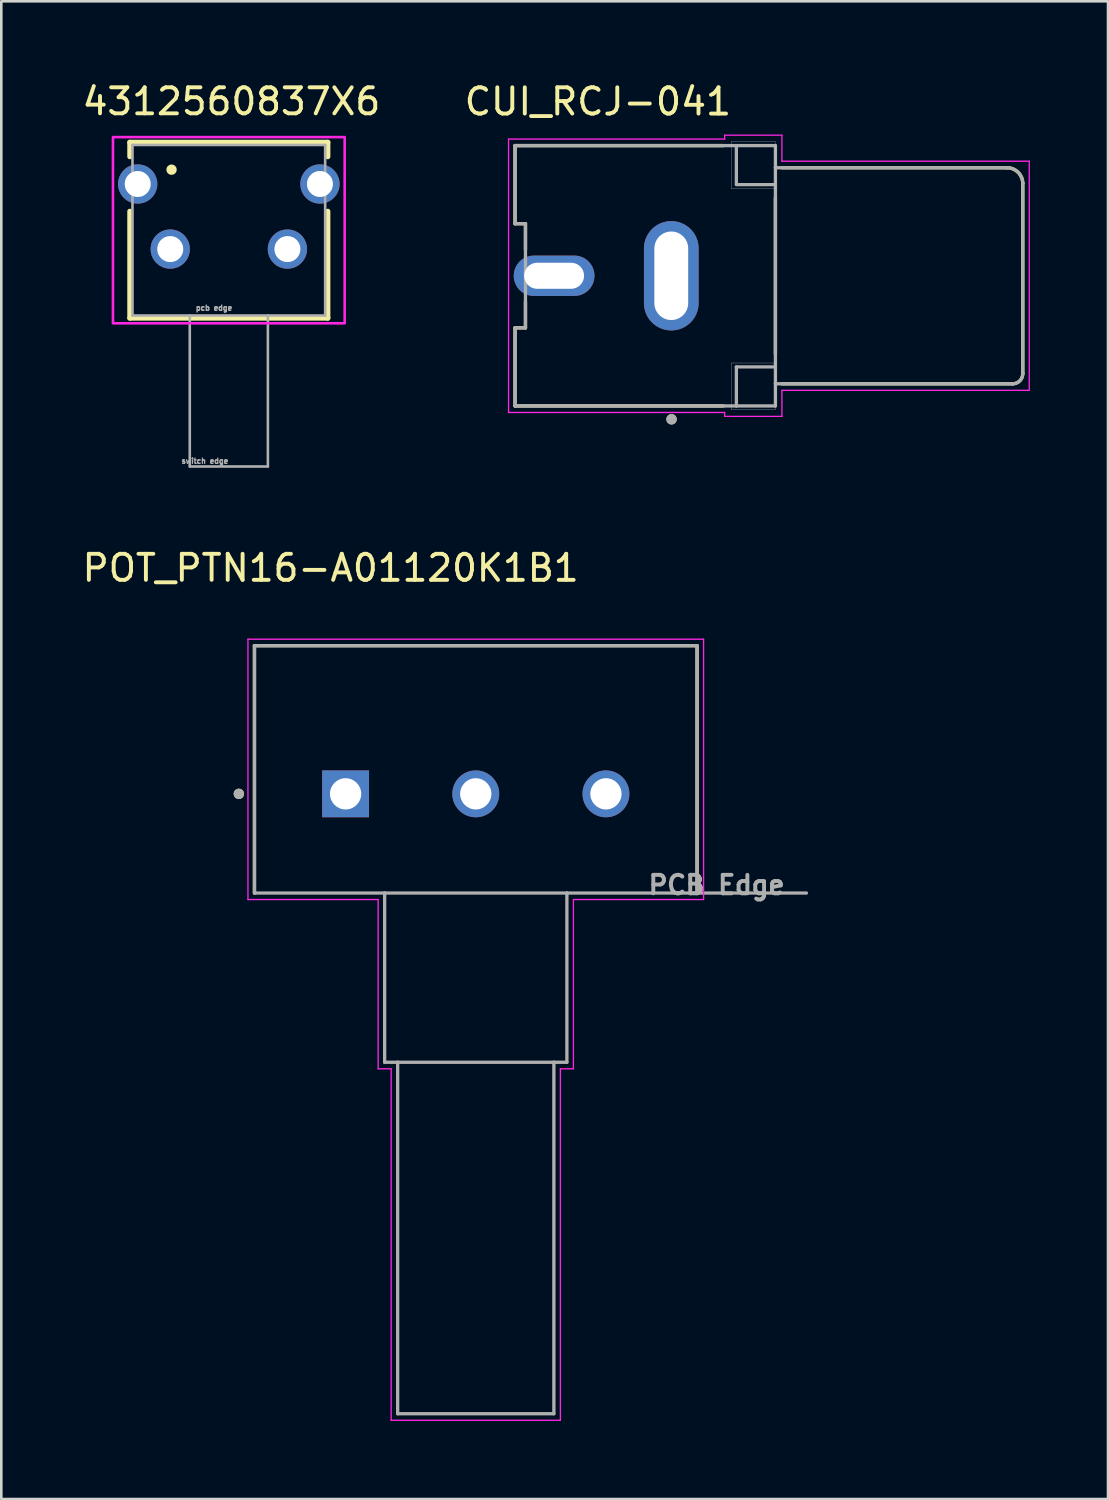
<source format=kicad_pcb>
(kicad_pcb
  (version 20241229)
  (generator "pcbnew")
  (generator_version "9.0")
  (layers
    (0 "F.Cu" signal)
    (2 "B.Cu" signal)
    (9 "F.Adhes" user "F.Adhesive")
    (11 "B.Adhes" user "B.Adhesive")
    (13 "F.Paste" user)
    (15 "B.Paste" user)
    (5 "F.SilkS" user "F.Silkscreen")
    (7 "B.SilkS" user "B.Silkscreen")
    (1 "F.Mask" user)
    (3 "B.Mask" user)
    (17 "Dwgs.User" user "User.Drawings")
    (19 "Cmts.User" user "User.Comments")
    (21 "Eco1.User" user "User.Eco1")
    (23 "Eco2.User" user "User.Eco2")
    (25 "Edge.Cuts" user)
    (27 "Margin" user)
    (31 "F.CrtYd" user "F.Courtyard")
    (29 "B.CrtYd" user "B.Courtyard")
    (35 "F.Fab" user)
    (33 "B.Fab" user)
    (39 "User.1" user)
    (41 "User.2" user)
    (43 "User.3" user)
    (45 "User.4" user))
  (footprint "4312560837X6"
    (layer "F.Cu")
    (at 5.739 5.267)
    (property "Reference" "4312560837X6" (at 0.1 -4.419 0) (layer "F.SilkS") (effects (font (size 1 1) (thickness 0.15))))
    (attr through_hole)
    (fp_line (start -3.8 -2.85) (end 3.8 -2.85) (stroke (width 0.2) (type solid)) (layer "F.SilkS"))
    (fp_line (start -3.8 -2.3) (end -3.8 -2.85) (stroke (width 0.2) (type solid)) (layer "F.SilkS"))
    (fp_line (start -3.8 -0.2) (end -3.8 3.9) (stroke (width 0.2) (type solid)) (layer "F.SilkS"))
    (fp_line (start -3.8 3.9) (end 3.8 3.9) (stroke (width 0.2) (type solid)) (layer "F.SilkS"))
    (fp_line (start 3.8 -2.85) (end 3.8 -2.3) (stroke (width 0.2) (type solid)) (layer "F.SilkS"))
    (fp_line (start 3.8 3.9) (end 3.8 -0.2) (stroke (width 0.2) (type solid)) (layer "F.SilkS"))
    (fp_circle (center -2.2 -1.8) (end -2.1 -1.8) (stroke (width 0.2) (type solid)) (fill no) (layer "F.SilkS"))
    (fp_poly (pts (xy -4.45 -3.05) (xy 4.45 -3.05) (xy 4.45 4.1) (xy -4.45 4.1)) (stroke (width 0.1) (type solid)) (fill no) (layer "F.CrtYd"))
    (fp_line (start -3.7 -2.75) (end 3.7 -2.75) (stroke (width 0.1) (type solid)) (layer "F.Fab"))
    (fp_line (start -3.7 3.8) (end -3.7 -2.75) (stroke (width 0.1) (type solid)) (layer "F.Fab"))
    (fp_line (start -3.7 3.8) (end 3.7 3.8) (stroke (width 0.1) (type solid)) (layer "F.Fab"))
    (fp_line (start -1.5 3.8) (end -1.5 9.6) (stroke (width 0.1) (type solid)) (layer "F.Fab"))
    (fp_line (start -1.5 9.6) (end 1.5 9.6) (stroke (width 0.1) (type solid)) (layer "F.Fab"))
    (fp_line (start 1.5 9.6) (end 1.5 3.8) (stroke (width 0.1) (type solid)) (layer "F.Fab"))
    (fp_line (start 3.7 -2.75) (end 3.7 3.8) (stroke (width 0.1) (type solid)) (layer "F.Fab"))
    (fp_text user "pcb edge" (at -0.57 3.51 0) (layer "F.Fab") (effects (font (size 0.2 0.2) (thickness 0.15))))
    (fp_text user "switch edge" (at -0.92 9.39 0) (layer "F.Fab") (effects (font (size 0.2 0.2) (thickness 0.15))))
    (pad "1" thru_hole circle (at -2.25 1.25) (size 1.508 1.508) (drill 1) (layers "*.Cu" "*.Mask"))
    (pad "2" thru_hole circle (at 2.25 1.25) (size 1.508 1.508) (drill 1) (layers "*.Cu" "*.Mask"))
    (pad "SH" thru_hole circle (at -3.5 -1.25) (size 1.508 1.508) (drill 1) (layers "*.Cu" "*.Mask"))
    (pad "SH" thru_hole circle (at 3.5 -1.25) (size 1.508 1.508) (drill 1) (layers "*.Cu" "*.Mask")))
  (footprint "POT_PTN16-A01120K1B1"
    (layer "F.Cu")
    (at 10.224 27.441)
    (property "Reference" "POT_PTN16-A01120K1B1" (at -0.575 -8.675 0) (layer "F.SilkS") (effects (font (size 1 1) (thickness 0.15))))
    (attr through_hole)
    (fp_line (start -3.5 -5.69) (end -3.5 3.81) (stroke (width 0.127) (type solid)) (layer "F.SilkS"))
    (fp_line (start 13.5 -5.69) (end -3.5 -5.69) (stroke (width 0.127) (type solid)) (layer "F.SilkS"))
    (fp_line (start 13.5 3.81) (end 13.5 -5.69) (stroke (width 0.127) (type solid)) (layer "F.SilkS"))
    (fp_circle (center -4.1 0) (end -4 0) (stroke (width 0.2) (type solid)) (fill no) (layer "F.SilkS"))
    (fp_line (start -3.75 -5.94) (end -3.75 4.06) (stroke (width 0.05) (type solid)) (layer "F.CrtYd"))
    (fp_line (start -3.75 4.06) (end 1.25 4.06) (stroke (width 0.05) (type solid)) (layer "F.CrtYd"))
    (fp_line (start 1.25 4.06) (end 1.25 10.56) (stroke (width 0.05) (type solid)) (layer "F.CrtYd"))
    (fp_line (start 1.25 10.56) (end 1.75 10.56) (stroke (width 0.05) (type solid)) (layer "F.CrtYd"))
    (fp_line (start 1.75 10.56) (end 1.75 24.06) (stroke (width 0.05) (type solid)) (layer "F.CrtYd"))
    (fp_line (start 1.75 24.06) (end 8.25 24.06) (stroke (width 0.05) (type solid)) (layer "F.CrtYd"))
    (fp_line (start 8.25 10.56) (end 8.25 24.06) (stroke (width 0.05) (type solid)) (layer "F.CrtYd"))
    (fp_line (start 8.75 4.06) (end 13.75 4.06) (stroke (width 0.05) (type solid)) (layer "F.CrtYd"))
    (fp_line (start 8.75 10.56) (end 8.25 10.56) (stroke (width 0.05) (type solid)) (layer "F.CrtYd"))
    (fp_line (start 8.75 10.56) (end 8.75 4.06) (stroke (width 0.05) (type solid)) (layer "F.CrtYd"))
    (fp_line (start 13.75 -5.94) (end -3.75 -5.94) (stroke (width 0.05) (type solid)) (layer "F.CrtYd"))
    (fp_line (start 13.75 4.06) (end 13.75 -5.94) (stroke (width 0.05) (type solid)) (layer "F.CrtYd"))
    (fp_line (start -3.5 -5.69) (end -3.5 3.81) (stroke (width 0.127) (type solid)) (layer "F.Fab"))
    (fp_line (start -3.5 3.81) (end 1.5 3.81) (stroke (width 0.127) (type solid)) (layer "F.Fab"))
    (fp_line (start 1.5 3.81) (end 1.5 10.31) (stroke (width 0.127) (type solid)) (layer "F.Fab"))
    (fp_line (start 1.5 3.81) (end 8.5 3.81) (stroke (width 0.127) (type solid)) (layer "F.Fab"))
    (fp_line (start 1.5 10.31) (end 2 10.31) (stroke (width 0.127) (type solid)) (layer "F.Fab"))
    (fp_line (start 2 10.31) (end 2 23.81) (stroke (width 0.127) (type solid)) (layer "F.Fab"))
    (fp_line (start 2 10.31) (end 8 10.31) (stroke (width 0.127) (type solid)) (layer "F.Fab"))
    (fp_line (start 2 23.81) (end 8 23.81) (stroke (width 0.127) (type solid)) (layer "F.Fab"))
    (fp_line (start 8 10.31) (end 8.5 10.31) (stroke (width 0.127) (type solid)) (layer "F.Fab"))
    (fp_line (start 8 23.81) (end 8 10.31) (stroke (width 0.127) (type solid)) (layer "F.Fab"))
    (fp_line (start 8.5 3.81) (end 13.5 3.81) (stroke (width 0.127) (type solid)) (layer "F.Fab"))
    (fp_line (start 8.5 10.31) (end 8.5 3.81) (stroke (width 0.127) (type solid)) (layer "F.Fab"))
    (fp_line (start 13.5 -5.69) (end -3.5 -5.69) (stroke (width 0.127) (type solid)) (layer "F.Fab"))
    (fp_line (start 13.5 3.81) (end 13.5 -5.69) (stroke (width 0.127) (type solid)) (layer "F.Fab"))
    (fp_line (start 13.5 3.81) (end 17.7 3.81) (stroke (width 0.127) (type solid)) (layer "F.Fab"))
    (fp_circle (center -4.1 0) (end -4 0) (stroke (width 0.2) (type solid)) (fill no) (layer "F.Fab"))
    (fp_text user "PCB Edge" (at 14.25 3.5 0) (layer "F.Fab") (effects (font (size 0.709 0.709) (thickness 0.15))))
    (pad "1" thru_hole rect (at 0 0) (size 1.8 1.8) (drill 1.2) (layers "*.Cu" "*.Mask"))
    (pad "2" thru_hole circle (at 5 0) (size 1.8 1.8) (drill 1.2) (layers "*.Cu" "*.Mask"))
    (pad "3" thru_hole circle (at 10 0) (size 1.8 1.8) (drill 1.2) (layers "*.Cu" "*.Mask")))
  (footprint "CUI_RCJ-041"
    (layer "F.Cu")
    (at 26.733 7.542)
    (property "Reference" "CUI_RCJ-041" (at -6.818 -6.689 0) (layer "F.SilkS") (effects (font (size 1.008 1.008) (thickness 0.15))))
    (attr through_hole)
    (fp_line (start -10 -5) (end -2 -5) (stroke (width 0.127) (type solid)) (layer "F.SilkS"))
    (fp_line (start -10 -2) (end -10 -5) (stroke (width 0.127) (type solid)) (layer "F.SilkS"))
    (fp_line (start -10 2) (end -9.6 2) (stroke (width 0.127) (type solid)) (layer "F.SilkS"))
    (fp_line (start -10 5) (end -10 2) (stroke (width 0.127) (type solid)) (layer "F.SilkS"))
    (fp_line (start -10 5) (end -2 5) (stroke (width 0.127) (type solid)) (layer "F.SilkS"))
    (fp_line (start -9.6 -2) (end -10 -2) (stroke (width 0.127) (type solid)) (layer "F.SilkS"))
    (fp_line (start -9.6 -1) (end -9.6 -2) (stroke (width 0.127) (type solid)) (layer "F.SilkS"))
    (fp_line (start -9.6 2) (end -9.6 1) (stroke (width 0.127) (type solid)) (layer "F.SilkS"))
    (fp_line (start 0 3) (end 0 -3) (stroke (width 0.127) (type solid)) (layer "F.SilkS"))
    (fp_line (start 0.25 -4.15) (end 8.89 -4.15) (stroke (width 0.127) (type solid)) (layer "F.SilkS"))
    (fp_line (start 9.11 4.15) (end 0.25 4.15) (stroke (width 0.127) (type solid)) (layer "F.SilkS"))
    (fp_line (start 9.5 -3.54) (end 9.5 3.76) (stroke (width 0.127) (type solid)) (layer "F.SilkS"))
    (fp_arc (start 8.89 -4.15) (mid 9.321335 -3.971335) (end 9.5 -3.54) (stroke (width 0.127) (type solid)) (layer "F.SilkS"))
    (fp_arc (start 9.5 3.76) (mid 9.385772 4.035772) (end 9.11 4.15) (stroke (width 0.127) (type solid)) (layer "F.SilkS"))
    (fp_circle (center -3.99 5.513) (end -3.89 5.513) (stroke (width 0.2) (type solid)) (fill no) (layer "F.SilkS"))
    (fp_line (start -1.7 -5.15) (end -1.7 -3.35) (stroke (width 0.01) (type solid)) (layer "Edge.Cuts"))
    (fp_line (start -1.7 -3.35) (end 0 -3.35) (stroke (width 0.01) (type solid)) (layer "Edge.Cuts"))
    (fp_line (start -1.7 3.35) (end -1.7 5.15) (stroke (width 0.01) (type solid)) (layer "Edge.Cuts"))
    (fp_line (start -1.7 5.15) (end 0 5.15) (stroke (width 0.01) (type solid)) (layer "Edge.Cuts"))
    (fp_line (start 0 -5.15) (end -1.7 -5.15) (stroke (width 0.01) (type solid)) (layer "Edge.Cuts"))
    (fp_line (start 0 -3.35) (end 0 -5.15) (stroke (width 0.01) (type solid)) (layer "Edge.Cuts"))
    (fp_line (start 0 3.35) (end -1.7 3.35) (stroke (width 0.01) (type solid)) (layer "Edge.Cuts"))
    (fp_line (start 0 5.15) (end 0 3.35) (stroke (width 0.01) (type solid)) (layer "Edge.Cuts"))
    (fp_line (start -10.25 -5.25) (end -10.25 5.25) (stroke (width 0.05) (type solid)) (layer "F.CrtYd"))
    (fp_line (start -10.25 5.25) (end -1.95 5.25) (stroke (width 0.05) (type solid)) (layer "F.CrtYd"))
    (fp_line (start -1.95 -5.4) (end -1.95 -5.25) (stroke (width 0.05) (type solid)) (layer "F.CrtYd"))
    (fp_line (start -1.95 -5.25) (end -10.25 -5.25) (stroke (width 0.05) (type solid)) (layer "F.CrtYd"))
    (fp_line (start -1.95 5.25) (end -1.95 5.4) (stroke (width 0.05) (type solid)) (layer "F.CrtYd"))
    (fp_line (start -1.95 5.4) (end 0.25 5.4) (stroke (width 0.05) (type solid)) (layer "F.CrtYd"))
    (fp_line (start 0.25 -5.4) (end -1.95 -5.4) (stroke (width 0.05) (type solid)) (layer "F.CrtYd"))
    (fp_line (start 0.25 -4.4) (end 0.25 -5.4) (stroke (width 0.05) (type solid)) (layer "F.CrtYd"))
    (fp_line (start 0.25 4.4) (end 9.75 4.4) (stroke (width 0.05) (type solid)) (layer "F.CrtYd"))
    (fp_line (start 0.25 5.4) (end 0.25 4.4) (stroke (width 0.05) (type solid)) (layer "F.CrtYd"))
    (fp_line (start 9.75 -4.4) (end 0.25 -4.4) (stroke (width 0.05) (type solid)) (layer "F.CrtYd"))
    (fp_line (start 9.75 4.4) (end 9.75 -4.4) (stroke (width 0.05) (type solid)) (layer "F.CrtYd"))
    (fp_line (start -10 -5) (end -1.5 -5) (stroke (width 0.127) (type solid)) (layer "F.Fab"))
    (fp_line (start -10 -2) (end -10 -5) (stroke (width 0.127) (type solid)) (layer "F.Fab"))
    (fp_line (start -10 2) (end -9.6 2) (stroke (width 0.127) (type solid)) (layer "F.Fab"))
    (fp_line (start -10 5) (end -10 2) (stroke (width 0.127) (type solid)) (layer "F.Fab"))
    (fp_line (start -9.6 -2) (end -10 -2) (stroke (width 0.127) (type solid)) (layer "F.Fab"))
    (fp_line (start -9.6 2) (end -9.6 -2) (stroke (width 0.127) (type solid)) (layer "F.Fab"))
    (fp_line (start -1.5 -5) (end -1.5 -3.525) (stroke (width 0.127) (type solid)) (layer "F.Fab"))
    (fp_line (start -1.5 -5) (end 0 -5) (stroke (width 0.127) (type solid)) (layer "F.Fab"))
    (fp_line (start -1.5 -3.5) (end 0 -3.5) (stroke (width 0.127) (type solid)) (layer "F.Fab"))
    (fp_line (start -1.5 3.5) (end 0 3.5) (stroke (width 0.127) (type solid)) (layer "F.Fab"))
    (fp_line (start -1.5 5) (end -10 5) (stroke (width 0.127) (type solid)) (layer "F.Fab"))
    (fp_line (start -1.5 5) (end -1.5 3.5) (stroke (width 0.127) (type solid)) (layer "F.Fab"))
    (fp_line (start 0 -5) (end 0 -4.15) (stroke (width 0.127) (type solid)) (layer "F.Fab"))
    (fp_line (start 0 -4.15) (end 0 -3.5) (stroke (width 0.127) (type solid)) (layer "F.Fab"))
    (fp_line (start 0 -4.15) (end 8.91 -4.15) (stroke (width 0.127) (type solid)) (layer "F.Fab"))
    (fp_line (start 0 -3.5) (end 0 3.5) (stroke (width 0.127) (type solid)) (layer "F.Fab"))
    (fp_line (start 0 3.5) (end 0 4.15) (stroke (width 0.127) (type solid)) (layer "F.Fab"))
    (fp_line (start 0 4.15) (end 0 5) (stroke (width 0.127) (type solid)) (layer "F.Fab"))
    (fp_line (start 0 5) (end -1.5 5) (stroke (width 0.127) (type solid)) (layer "F.Fab"))
    (fp_line (start 9.11 4.15) (end 0 4.15) (stroke (width 0.127) (type solid)) (layer "F.Fab"))
    (fp_line (start 9.5 -3.56) (end 9.5 3.76) (stroke (width 0.127) (type solid)) (layer "F.Fab"))
    (fp_arc (start 8.91 -4.15) (mid 9.327193 -3.977193) (end 9.5 -3.56) (stroke (width 0.127) (type solid)) (layer "F.Fab"))
    (fp_arc (start 9.5 3.76) (mid 9.385772 4.035772) (end 9.11 4.15) (stroke (width 0.127) (type solid)) (layer "F.Fab"))
    (fp_circle (center -3.99 5.513) (end -3.89 5.513) (stroke (width 0.2) (type solid)) (fill no) (layer "F.Fab"))
    (pad "1" thru_hole oval (at -4 0) (size 2.1 4.2) (drill oval 1.3 3.4) (layers "*.Cu" "*.Mask"))
    (pad "2" thru_hole oval (at -8.5 0) (size 3.1 1.55) (drill oval 2.3 1) (layers "*.Cu" "*.Mask")))
  (gr_rect
    (start -3 -3)
    (end 39.508 54.526)
    (stroke (width 0.1) (type default))
    (fill no)
    (layer "Edge.Cuts")))
</source>
